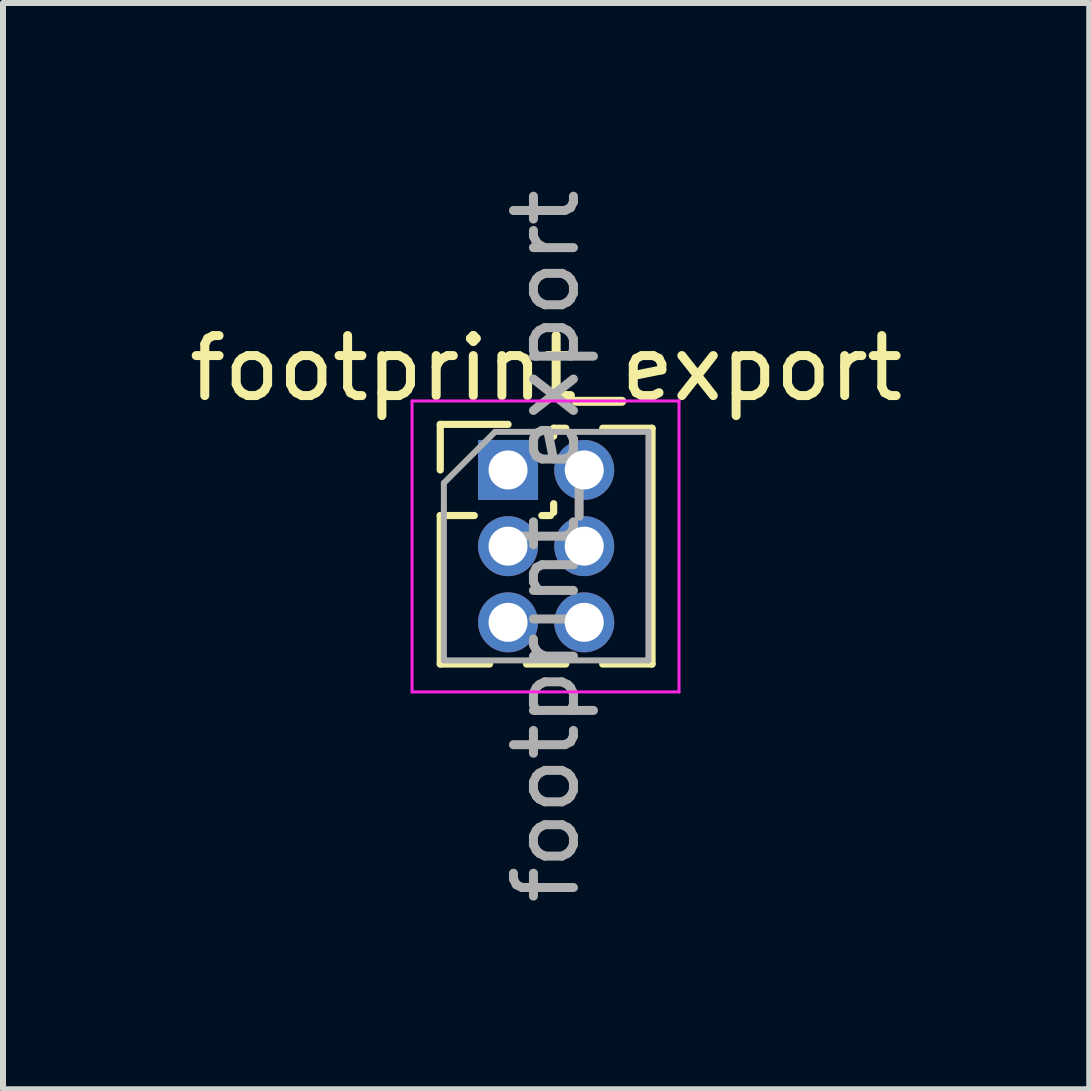
<source format=kicad_pcb>
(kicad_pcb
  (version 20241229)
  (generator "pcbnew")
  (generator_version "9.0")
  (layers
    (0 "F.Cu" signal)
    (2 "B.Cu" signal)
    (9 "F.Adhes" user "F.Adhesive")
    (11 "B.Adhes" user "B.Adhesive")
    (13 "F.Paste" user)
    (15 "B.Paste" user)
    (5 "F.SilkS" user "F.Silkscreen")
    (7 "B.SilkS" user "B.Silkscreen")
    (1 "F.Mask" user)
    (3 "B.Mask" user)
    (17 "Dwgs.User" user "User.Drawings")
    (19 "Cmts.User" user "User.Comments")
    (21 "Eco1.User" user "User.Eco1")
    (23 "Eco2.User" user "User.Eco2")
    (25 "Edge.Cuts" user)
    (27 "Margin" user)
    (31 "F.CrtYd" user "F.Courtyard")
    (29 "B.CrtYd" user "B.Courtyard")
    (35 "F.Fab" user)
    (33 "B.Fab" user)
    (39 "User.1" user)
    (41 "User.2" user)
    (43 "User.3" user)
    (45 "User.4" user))
  (footprint "footprint_export"
    (layer "F.Cu")
    (at 5.419 4.784)
    (property "Reference" "footprint_export" (at 0.635 -1.695 0) (layer "F.SilkS") (effects (font (size 1 1) (thickness 0.15))))
    (attr through_hole)
    (fp_line (start -1.13 -0.76) (end 0 -0.76) (stroke (width 0.12) (type solid)) (layer "F.SilkS"))
    (fp_line (start -1.13 0) (end -1.13 -0.76) (stroke (width 0.12) (type solid)) (layer "F.SilkS"))
    (fp_line (start -1.13 0.76) (end -1.13 3.235) (stroke (width 0.12) (type solid)) (layer "F.SilkS"))
    (fp_line (start -1.13 0.76) (end -0.563 0.76) (stroke (width 0.12) (type solid)) (layer "F.SilkS"))
    (fp_line (start -1.13 3.235) (end -0.308 3.235) (stroke (width 0.12) (type solid)) (layer "F.SilkS"))
    (fp_line (start 0.308 3.235) (end 0.962 3.235) (stroke (width 0.12) (type solid)) (layer "F.SilkS"))
    (fp_line (start 0.563 0.76) (end 0.707 0.76) (stroke (width 0.12) (type solid)) (layer "F.SilkS"))
    (fp_line (start 0.76 -0.695) (end 0.962 -0.695) (stroke (width 0.12) (type solid)) (layer "F.SilkS"))
    (fp_line (start 0.76 -0.563) (end 0.76 -0.695) (stroke (width 0.12) (type solid)) (layer "F.SilkS"))
    (fp_line (start 0.76 0.707) (end 0.76 0.563) (stroke (width 0.12) (type solid)) (layer "F.SilkS"))
    (fp_line (start 1.578 -0.695) (end 2.4 -0.695) (stroke (width 0.12) (type solid)) (layer "F.SilkS"))
    (fp_line (start 1.578 3.235) (end 2.4 3.235) (stroke (width 0.12) (type solid)) (layer "F.SilkS"))
    (fp_line (start 2.4 -0.695) (end 2.4 3.235) (stroke (width 0.12) (type solid)) (layer "F.SilkS"))
    (fp_line (start -1.6 -1.15) (end -1.6 3.7) (stroke (width 0.05) (type solid)) (layer "F.CrtYd"))
    (fp_line (start -1.6 3.7) (end 2.85 3.7) (stroke (width 0.05) (type solid)) (layer "F.CrtYd"))
    (fp_line (start 2.85 -1.15) (end -1.6 -1.15) (stroke (width 0.05) (type solid)) (layer "F.CrtYd"))
    (fp_line (start 2.85 3.7) (end 2.85 -1.15) (stroke (width 0.05) (type solid)) (layer "F.CrtYd"))
    (fp_line (start -1.07 0.217) (end -0.217 -0.635) (stroke (width 0.1) (type solid)) (layer "F.Fab"))
    (fp_line (start -1.07 3.175) (end -1.07 0.217) (stroke (width 0.1) (type solid)) (layer "F.Fab"))
    (fp_line (start -0.217 -0.635) (end 2.34 -0.635) (stroke (width 0.1) (type solid)) (layer "F.Fab"))
    (fp_line (start 2.34 -0.635) (end 2.34 3.175) (stroke (width 0.1) (type solid)) (layer "F.Fab"))
    (fp_line (start 2.34 3.175) (end -1.07 3.175) (stroke (width 0.1) (type solid)) (layer "F.Fab"))
    (fp_text user "${REFERENCE}" (at 0.635 1.27 90) (layer "F.Fab") (effects (font (size 1 1) (thickness 0.15))))
    (pad "1" thru_hole rect (at 0 0) (size 1 1) (drill 0.65) (layers "*.Cu" "*.Mask"))
    (pad "2" thru_hole oval (at 1.27 0) (size 1 1) (drill 0.65) (layers "*.Cu" "*.Mask"))
    (pad "3" thru_hole oval (at 0 1.27) (size 1 1) (drill 0.65) (layers "*.Cu" "*.Mask"))
    (pad "4" thru_hole oval (at 1.27 1.27) (size 1 1) (drill 0.65) (layers "*.Cu" "*.Mask"))
    (pad "5" thru_hole oval (at 0 2.54) (size 1 1) (drill 0.65) (layers "*.Cu" "*.Mask"))
    (pad "6" thru_hole oval (at 1.27 2.54) (size 1 1) (drill 0.65) (layers "*.Cu" "*.Mask")))
  (gr_rect
    (start -3 -3)
    (end 15.107 15.107)
    (stroke (width 0.1) (type default))
    (fill no)
    (layer "Edge.Cuts")))
</source>
